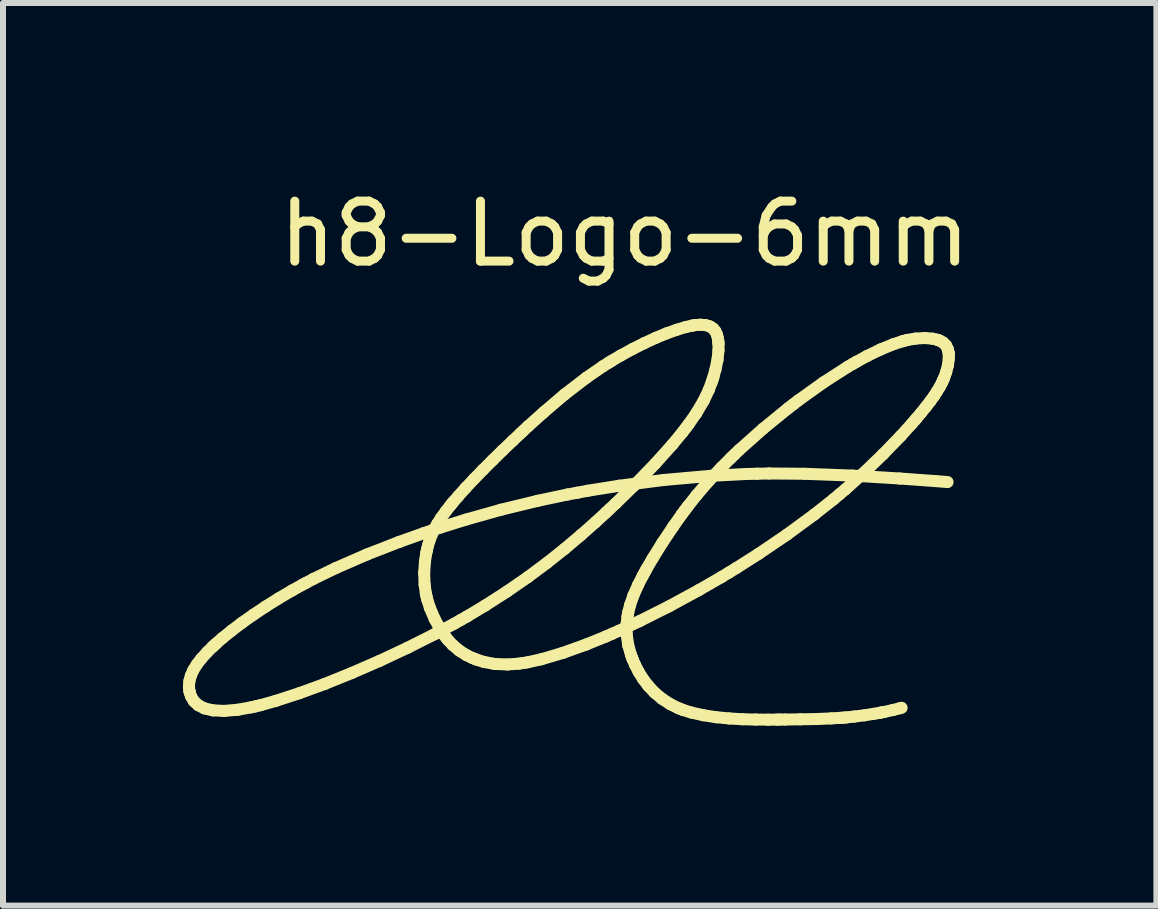
<source format=kicad_pcb>
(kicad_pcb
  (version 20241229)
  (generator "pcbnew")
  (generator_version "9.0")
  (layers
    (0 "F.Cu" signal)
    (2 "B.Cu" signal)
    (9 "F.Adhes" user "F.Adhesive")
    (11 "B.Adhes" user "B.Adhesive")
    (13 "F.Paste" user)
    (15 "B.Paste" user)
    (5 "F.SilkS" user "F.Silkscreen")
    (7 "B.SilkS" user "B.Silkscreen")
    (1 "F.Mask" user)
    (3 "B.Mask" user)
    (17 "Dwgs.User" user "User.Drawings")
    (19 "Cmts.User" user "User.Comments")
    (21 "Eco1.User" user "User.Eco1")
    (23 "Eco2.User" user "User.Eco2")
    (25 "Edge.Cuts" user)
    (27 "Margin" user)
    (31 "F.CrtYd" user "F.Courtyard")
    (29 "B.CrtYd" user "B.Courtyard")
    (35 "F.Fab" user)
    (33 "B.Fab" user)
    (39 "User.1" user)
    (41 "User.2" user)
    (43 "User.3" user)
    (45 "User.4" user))
  (footprint "h8-Logo-6mm"
    (layer "F.Cu")
    (at 7.364 5.848)
    (property "Reference" "h8-Logo-6mm" (at 0 -5 0) (layer "F.SilkS") (effects (font (size 1 1) (thickness 0.15))))
    (attr through_hole)
    (fp_line (start -7.264 2.543) (end -7.259 2.607) (stroke (width 0.2) (type solid)) (layer "F.SilkS"))
    (fp_line (start -7.259 2.607) (end -7.254 2.628) (stroke (width 0.2) (type solid)) (layer "F.SilkS"))
    (fp_line (start -7.257 2.456) (end -7.264 2.543) (stroke (width 0.2) (type solid)) (layer "F.SilkS"))
    (fp_line (start -7.254 2.628) (end -7.25 2.649) (stroke (width 0.2) (type solid)) (layer "F.SilkS"))
    (fp_line (start -7.25 2.649) (end -7.229 2.711) (stroke (width 0.2) (type solid)) (layer "F.SilkS"))
    (fp_line (start -7.233 2.368) (end -7.257 2.456) (stroke (width 0.2) (type solid)) (layer "F.SilkS"))
    (fp_line (start -7.229 2.711) (end -7.182 2.79) (stroke (width 0.2) (type solid)) (layer "F.SilkS"))
    (fp_line (start -7.193 2.276) (end -7.233 2.368) (stroke (width 0.2) (type solid)) (layer "F.SilkS"))
    (fp_line (start -7.182 2.79) (end -7.109 2.858) (stroke (width 0.2) (type solid)) (layer "F.SilkS"))
    (fp_line (start -7.134 2.18) (end -7.193 2.276) (stroke (width 0.2) (type solid)) (layer "F.SilkS"))
    (fp_line (start -7.109 2.858) (end -7.005 2.911) (stroke (width 0.2) (type solid)) (layer "F.SilkS"))
    (fp_line (start -7.056 2.079) (end -7.134 2.18) (stroke (width 0.2) (type solid)) (layer "F.SilkS"))
    (fp_line (start -7.005 2.911) (end -6.863 2.944) (stroke (width 0.2) (type solid)) (layer "F.SilkS"))
    (fp_line (start -6.96 1.973) (end -7.056 2.079) (stroke (width 0.2) (type solid)) (layer "F.SilkS"))
    (fp_line (start -6.873 1.887) (end -6.96 1.973) (stroke (width 0.2) (type solid)) (layer "F.SilkS"))
    (fp_line (start -6.863 2.944) (end -6.678 2.953) (stroke (width 0.2) (type solid)) (layer "F.SilkS"))
    (fp_line (start -6.843 1.86) (end -6.873 1.887) (stroke (width 0.2) (type solid)) (layer "F.SilkS"))
    (fp_line (start -6.81 1.829) (end -6.843 1.86) (stroke (width 0.2) (type solid)) (layer "F.SilkS"))
    (fp_line (start -6.707 1.739) (end -6.81 1.829) (stroke (width 0.2) (type solid)) (layer "F.SilkS"))
    (fp_line (start -6.678 2.953) (end -6.446 2.933) (stroke (width 0.2) (type solid)) (layer "F.SilkS"))
    (fp_line (start -6.551 1.613) (end -6.707 1.739) (stroke (width 0.2) (type solid)) (layer "F.SilkS"))
    (fp_line (start -6.446 2.933) (end -6.23 2.894) (stroke (width 0.2) (type solid)) (layer "F.SilkS"))
    (fp_line (start -6.378 1.482) (end -6.551 1.613) (stroke (width 0.2) (type solid)) (layer "F.SilkS"))
    (fp_line (start -6.23 2.894) (end -6.159 2.878) (stroke (width 0.2) (type solid)) (layer "F.SilkS"))
    (fp_line (start -6.19 1.349) (end -6.378 1.482) (stroke (width 0.2) (type solid)) (layer "F.SilkS"))
    (fp_line (start -6.159 2.878) (end -6.073 2.858) (stroke (width 0.2) (type solid)) (layer "F.SilkS"))
    (fp_line (start -6.073 2.858) (end -5.817 2.786) (stroke (width 0.2) (type solid)) (layer "F.SilkS"))
    (fp_line (start -5.987 1.214) (end -6.19 1.349) (stroke (width 0.2) (type solid)) (layer "F.SilkS"))
    (fp_line (start -5.817 2.786) (end -5.427 2.659) (stroke (width 0.2) (type solid)) (layer "F.SilkS"))
    (fp_line (start -5.772 1.079) (end -5.987 1.214) (stroke (width 0.2) (type solid)) (layer "F.SilkS"))
    (fp_line (start -5.546 0.946) (end -5.772 1.079) (stroke (width 0.2) (type solid)) (layer "F.SilkS"))
    (fp_line (start -5.427 2.659) (end -5 2.503) (stroke (width 0.2) (type solid)) (layer "F.SilkS"))
    (fp_line (start -5.37 0.848) (end -5.546 0.946) (stroke (width 0.2) (type solid)) (layer "F.SilkS"))
    (fp_line (start -5.311 0.817) (end -5.37 0.848) (stroke (width 0.2) (type solid)) (layer "F.SilkS"))
    (fp_line (start -5.189 0.752) (end -5.311 0.817) (stroke (width 0.2) (type solid)) (layer "F.SilkS"))
    (fp_line (start -5 2.503) (end -4.55 2.321) (stroke (width 0.2) (type solid)) (layer "F.SilkS"))
    (fp_line (start -4.817 0.572) (end -5.189 0.752) (stroke (width 0.2) (type solid)) (layer "F.SilkS"))
    (fp_line (start -4.55 2.321) (end -4.086 2.119) (stroke (width 0.2) (type solid)) (layer "F.SilkS"))
    (fp_line (start -4.299 0.346) (end -4.817 0.572) (stroke (width 0.2) (type solid)) (layer "F.SilkS"))
    (fp_line (start -4.086 2.119) (end -3.621 1.901) (stroke (width 0.2) (type solid)) (layer "F.SilkS"))
    (fp_line (start -3.76 0.136) (end -4.299 0.346) (stroke (width 0.2) (type solid)) (layer "F.SilkS"))
    (fp_line (start -3.621 1.901) (end -3.166 1.672) (stroke (width 0.2) (type solid)) (layer "F.SilkS"))
    (fp_line (start -3.347 -0.011) (end -3.76 0.136) (stroke (width 0.2) (type solid)) (layer "F.SilkS"))
    (fp_line (start -3.343 0.652) (end -3.336 0.847) (stroke (width 0.2) (type solid)) (layer "F.SilkS"))
    (fp_line (start -3.336 0.847) (end -3.315 0.994) (stroke (width 0.2) (type solid)) (layer "F.SilkS"))
    (fp_line (start -3.33 0.462) (end -3.343 0.652) (stroke (width 0.2) (type solid)) (layer "F.SilkS"))
    (fp_line (start -3.315 0.994) (end -3.304 1.043) (stroke (width 0.2) (type solid)) (layer "F.SilkS"))
    (fp_line (start -3.309 0.325) (end -3.33 0.462) (stroke (width 0.2) (type solid)) (layer "F.SilkS"))
    (fp_line (start -3.304 1.043) (end -3.293 1.092) (stroke (width 0.2) (type solid)) (layer "F.SilkS"))
    (fp_line (start -3.299 0.28) (end -3.309 0.325) (stroke (width 0.2) (type solid)) (layer "F.SilkS"))
    (fp_line (start -3.294 0.258) (end -3.299 0.28) (stroke (width 0.2) (type solid)) (layer "F.SilkS"))
    (fp_line (start -3.293 1.092) (end -3.247 1.236) (stroke (width 0.2) (type solid)) (layer "F.SilkS"))
    (fp_line (start -3.278 0.192) (end -3.294 0.258) (stroke (width 0.2) (type solid)) (layer "F.SilkS"))
    (fp_line (start -3.252 0.106) (end -3.278 0.192) (stroke (width 0.2) (type solid)) (layer "F.SilkS"))
    (fp_line (start -3.247 1.236) (end -3.168 1.421) (stroke (width 0.2) (type solid)) (layer "F.SilkS"))
    (fp_line (start -3.218 0.018) (end -3.252 0.106) (stroke (width 0.2) (type solid)) (layer "F.SilkS"))
    (fp_line (start -3.208 -0.058) (end -3.347 -0.011) (stroke (width 0.2) (type solid)) (layer "F.SilkS"))
    (fp_line (start -3.177 -0.072) (end -3.218 0.018) (stroke (width 0.2) (type solid)) (layer "F.SilkS"))
    (fp_line (start -3.168 1.421) (end -3.075 1.589) (stroke (width 0.2) (type solid)) (layer "F.SilkS"))
    (fp_line (start -3.166 1.672) (end -2.839 1.497) (stroke (width 0.2) (type solid)) (layer "F.SilkS"))
    (fp_line (start -3.124 -0.166) (end -3.177 -0.072) (stroke (width 0.2) (type solid)) (layer "F.SilkS"))
    (fp_line (start -3.075 1.589) (end -3.001 1.7) (stroke (width 0.2) (type solid)) (layer "F.SilkS"))
    (fp_line (start -3.068 -0.105) (end -3.208 -0.058) (stroke (width 0.2) (type solid)) (layer "F.SilkS"))
    (fp_line (start -3.06 -0.267) (end -3.124 -0.166) (stroke (width 0.2) (type solid)) (layer "F.SilkS"))
    (fp_line (start -3.001 1.7) (end -2.974 1.735) (stroke (width 0.2) (type solid)) (layer "F.SilkS"))
    (fp_line (start -2.981 -0.376) (end -3.06 -0.267) (stroke (width 0.2) (type solid)) (layer "F.SilkS"))
    (fp_line (start -2.974 1.735) (end -2.949 1.767) (stroke (width 0.2) (type solid)) (layer "F.SilkS"))
    (fp_line (start -2.949 1.767) (end -2.868 1.854) (stroke (width 0.2) (type solid)) (layer "F.SilkS"))
    (fp_line (start -2.911 -0.466) (end -2.981 -0.376) (stroke (width 0.2) (type solid)) (layer "F.SilkS"))
    (fp_line (start -2.887 -0.495) (end -2.911 -0.466) (stroke (width 0.2) (type solid)) (layer "F.SilkS"))
    (fp_line (start -2.868 1.854) (end -2.757 1.948) (stroke (width 0.2) (type solid)) (layer "F.SilkS"))
    (fp_line (start -2.86 -0.528) (end -2.887 -0.495) (stroke (width 0.2) (type solid)) (layer "F.SilkS"))
    (fp_line (start -2.839 1.497) (end -2.732 1.436) (stroke (width 0.2) (type solid)) (layer "F.SilkS"))
    (fp_line (start -2.776 -0.625) (end -2.86 -0.528) (stroke (width 0.2) (type solid)) (layer "F.SilkS"))
    (fp_line (start -2.757 1.948) (end -2.636 2.024) (stroke (width 0.2) (type solid)) (layer "F.SilkS"))
    (fp_line (start -2.732 1.436) (end -2.63 1.379) (stroke (width 0.2) (type solid)) (layer "F.SilkS"))
    (fp_line (start -2.65 -0.766) (end -2.776 -0.625) (stroke (width 0.2) (type solid)) (layer "F.SilkS"))
    (fp_line (start -2.644 -0.237) (end -3.068 -0.105) (stroke (width 0.2) (type solid)) (layer "F.SilkS"))
    (fp_line (start -2.636 2.024) (end -2.536 2.072) (stroke (width 0.2) (type solid)) (layer "F.SilkS"))
    (fp_line (start -2.63 1.379) (end -2.329 1.198) (stroke (width 0.2) (type solid)) (layer "F.SilkS"))
    (fp_line (start -2.536 2.072) (end -2.501 2.085) (stroke (width 0.2) (type solid)) (layer "F.SilkS"))
    (fp_line (start -2.511 -0.914) (end -2.65 -0.766) (stroke (width 0.2) (type solid)) (layer "F.SilkS"))
    (fp_line (start -2.501 2.085) (end -2.464 2.1) (stroke (width 0.2) (type solid)) (layer "F.SilkS"))
    (fp_line (start -2.464 2.1) (end -2.348 2.136) (stroke (width 0.2) (type solid)) (layer "F.SilkS"))
    (fp_line (start -2.361 -1.068) (end -2.511 -0.914) (stroke (width 0.2) (type solid)) (layer "F.SilkS"))
    (fp_line (start -2.348 2.136) (end -2.168 2.17) (stroke (width 0.2) (type solid)) (layer "F.SilkS"))
    (fp_line (start -2.329 1.198) (end -1.957 0.959) (stroke (width 0.2) (type solid)) (layer "F.SilkS"))
    (fp_line (start -2.202 -1.227) (end -2.361 -1.068) (stroke (width 0.2) (type solid)) (layer "F.SilkS"))
    (fp_line (start -2.168 2.17) (end -1.954 2.179) (stroke (width 0.2) (type solid)) (layer "F.SilkS"))
    (fp_line (start -2.061 -0.401) (end -2.644 -0.237) (stroke (width 0.2) (type solid)) (layer "F.SilkS"))
    (fp_line (start -2.037 -1.389) (end -2.202 -1.227) (stroke (width 0.2) (type solid)) (layer "F.SilkS"))
    (fp_line (start -1.957 0.959) (end -1.613 0.721) (stroke (width 0.2) (type solid)) (layer "F.SilkS"))
    (fp_line (start -1.954 2.179) (end -1.761 2.165) (stroke (width 0.2) (type solid)) (layer "F.SilkS"))
    (fp_line (start -1.867 -1.551) (end -2.037 -1.389) (stroke (width 0.2) (type solid)) (layer "F.SilkS"))
    (fp_line (start -1.761 2.165) (end -1.697 2.155) (stroke (width 0.2) (type solid)) (layer "F.SilkS"))
    (fp_line (start -1.739 -1.672) (end -1.867 -1.551) (stroke (width 0.2) (type solid)) (layer "F.SilkS"))
    (fp_line (start -1.697 2.155) (end -1.62 2.143) (stroke (width 0.2) (type solid)) (layer "F.SilkS"))
    (fp_line (start -1.696 -1.712) (end -1.739 -1.672) (stroke (width 0.2) (type solid)) (layer "F.SilkS"))
    (fp_line (start -1.62 2.143) (end -1.391 2.092) (stroke (width 0.2) (type solid)) (layer "F.SilkS"))
    (fp_line (start -1.613 0.721) (end -1.296 0.485) (stroke (width 0.2) (type solid)) (layer "F.SilkS"))
    (fp_line (start -1.611 -1.792) (end -1.696 -1.712) (stroke (width 0.2) (type solid)) (layer "F.SilkS"))
    (fp_line (start -1.448 -0.55) (end -2.061 -0.401) (stroke (width 0.2) (type solid)) (layer "F.SilkS"))
    (fp_line (start -1.391 2.092) (end -1.038 1.988) (stroke (width 0.2) (type solid)) (layer "F.SilkS"))
    (fp_line (start -1.351 -2.025) (end -1.611 -1.792) (stroke (width 0.2) (type solid)) (layer "F.SilkS"))
    (fp_line (start -1.296 0.485) (end -1.004 0.253) (stroke (width 0.2) (type solid)) (layer "F.SilkS"))
    (fp_line (start -1.038 1.988) (end -0.642 1.846) (stroke (width 0.2) (type solid)) (layer "F.SilkS"))
    (fp_line (start -1.004 0.253) (end -0.735 0.026) (stroke (width 0.2) (type solid)) (layer "F.SilkS"))
    (fp_line (start -1.002 -2.323) (end -1.351 -2.025) (stroke (width 0.2) (type solid)) (layer "F.SilkS"))
    (fp_line (start -0.957 -0.654) (end -1.448 -0.55) (stroke (width 0.2) (type solid)) (layer "F.SilkS"))
    (fp_line (start -0.793 -0.684) (end -0.957 -0.654) (stroke (width 0.2) (type solid)) (layer "F.SilkS"))
    (fp_line (start -0.735 0.026) (end -0.485 -0.195) (stroke (width 0.2) (type solid)) (layer "F.SilkS"))
    (fp_line (start -0.642 1.846) (end -0.317 1.714) (stroke (width 0.2) (type solid)) (layer "F.SilkS"))
    (fp_line (start -0.641 -2.6) (end -1.002 -2.323) (stroke (width 0.2) (type solid)) (layer "F.SilkS"))
    (fp_line (start -0.618 -0.717) (end -0.793 -0.684) (stroke (width 0.2) (type solid)) (layer "F.SilkS"))
    (fp_line (start -0.485 -0.195) (end -0.312 -0.354) (stroke (width 0.2) (type solid)) (layer "F.SilkS"))
    (fp_line (start -0.36 -2.794) (end -0.641 -2.6) (stroke (width 0.2) (type solid)) (layer "F.SilkS"))
    (fp_line (start -0.317 1.714) (end -0.21 1.667) (stroke (width 0.2) (type solid)) (layer "F.SilkS"))
    (fp_line (start -0.312 -0.354) (end -0.255 -0.408) (stroke (width 0.2) (type solid)) (layer "F.SilkS"))
    (fp_line (start -0.264 -2.854) (end -0.36 -2.794) (stroke (width 0.2) (type solid)) (layer "F.SilkS"))
    (fp_line (start -0.255 -0.408) (end -0.15 -0.506) (stroke (width 0.2) (type solid)) (layer "F.SilkS"))
    (fp_line (start -0.215 -2.884) (end -0.264 -2.854) (stroke (width 0.2) (type solid)) (layer "F.SilkS"))
    (fp_line (start -0.21 1.667) (end -0.093 1.616) (stroke (width 0.2) (type solid)) (layer "F.SilkS"))
    (fp_line (start -0.15 -0.506) (end 0.158 -0.806) (stroke (width 0.2) (type solid)) (layer "F.SilkS"))
    (fp_line (start -0.093 1.616) (end 0.254 1.453) (stroke (width 0.2) (type solid)) (layer "F.SilkS"))
    (fp_line (start -0.09 -0.801) (end -0.618 -0.717) (stroke (width 0.2) (type solid)) (layer "F.SilkS"))
    (fp_line (start -0.068 -2.971) (end -0.215 -2.884) (stroke (width 0.2) (type solid)) (layer "F.SilkS"))
    (fp_line (start 0.032 1.673) (end 0.059 1.859) (stroke (width 0.2) (type solid)) (layer "F.SilkS"))
    (fp_line (start 0.032 1.504) (end 0.032 1.673) (stroke (width 0.2) (type solid)) (layer "F.SilkS"))
    (fp_line (start 0.046 1.384) (end 0.032 1.504) (stroke (width 0.2) (type solid)) (layer "F.SilkS"))
    (fp_line (start 0.053 1.345) (end 0.046 1.384) (stroke (width 0.2) (type solid)) (layer "F.SilkS"))
    (fp_line (start 0.059 1.859) (end 0.104 2.017) (stroke (width 0.2) (type solid)) (layer "F.SilkS"))
    (fp_line (start 0.06 1.306) (end 0.053 1.345) (stroke (width 0.2) (type solid)) (layer "F.SilkS"))
    (fp_line (start 0.089 1.191) (end 0.06 1.306) (stroke (width 0.2) (type solid)) (layer "F.SilkS"))
    (fp_line (start 0.104 2.017) (end 0.123 2.068) (stroke (width 0.2) (type solid)) (layer "F.SilkS"))
    (fp_line (start 0.123 2.068) (end 0.134 2.097) (stroke (width 0.2) (type solid)) (layer "F.SilkS"))
    (fp_line (start 0.13 -3.079) (end -0.068 -2.971) (stroke (width 0.2) (type solid)) (layer "F.SilkS"))
    (fp_line (start 0.134 2.097) (end 0.171 2.182) (stroke (width 0.2) (type solid)) (layer "F.SilkS"))
    (fp_line (start 0.144 1.031) (end 0.089 1.191) (stroke (width 0.2) (type solid)) (layer "F.SilkS"))
    (fp_line (start 0.158 -0.806) (end 0.507 -1.167) (stroke (width 0.2) (type solid)) (layer "F.SilkS"))
    (fp_line (start 0.171 2.182) (end 0.231 2.3) (stroke (width 0.2) (type solid)) (layer "F.SilkS"))
    (fp_line (start 0.222 0.855) (end 0.144 1.031) (stroke (width 0.2) (type solid)) (layer "F.SilkS"))
    (fp_line (start 0.231 2.3) (end 0.304 2.418) (stroke (width 0.2) (type solid)) (layer "F.SilkS"))
    (fp_line (start 0.254 1.453) (end 0.74 1.209) (stroke (width 0.2) (type solid)) (layer "F.SilkS"))
    (fp_line (start 0.3 0.701) (end 0.222 0.855) (stroke (width 0.2) (type solid)) (layer "F.SilkS"))
    (fp_line (start 0.304 2.418) (end 0.393 2.535) (stroke (width 0.2) (type solid)) (layer "F.SilkS"))
    (fp_line (start 0.327 -3.178) (end 0.13 -3.079) (stroke (width 0.2) (type solid)) (layer "F.SilkS"))
    (fp_line (start 0.328 0.651) (end 0.3 0.701) (stroke (width 0.2) (type solid)) (layer "F.SilkS"))
    (fp_line (start 0.361 0.59) (end 0.328 0.651) (stroke (width 0.2) (type solid)) (layer "F.SilkS"))
    (fp_line (start 0.393 2.535) (end 0.498 2.647) (stroke (width 0.2) (type solid)) (layer "F.SilkS"))
    (fp_line (start 0.465 0.412) (end 0.361 0.59) (stroke (width 0.2) (type solid)) (layer "F.SilkS"))
    (fp_line (start 0.498 2.647) (end 0.621 2.75) (stroke (width 0.2) (type solid)) (layer "F.SilkS"))
    (fp_line (start 0.507 -1.167) (end 0.795 -1.488) (stroke (width 0.2) (type solid)) (layer "F.SilkS"))
    (fp_line (start 0.517 -3.266) (end 0.327 -3.178) (stroke (width 0.2) (type solid)) (layer "F.SilkS"))
    (fp_line (start 0.621 2.75) (end 0.763 2.842) (stroke (width 0.2) (type solid)) (layer "F.SilkS"))
    (fp_line (start 0.628 0.149) (end 0.465 0.412) (stroke (width 0.2) (type solid)) (layer "F.SilkS"))
    (fp_line (start 0.653 -0.897) (end -0.09 -0.801) (stroke (width 0.2) (type solid)) (layer "F.SilkS"))
    (fp_line (start 0.699 -3.341) (end 0.517 -3.266) (stroke (width 0.2) (type solid)) (layer "F.SilkS"))
    (fp_line (start 0.74 1.209) (end 1.238 0.938) (stroke (width 0.2) (type solid)) (layer "F.SilkS"))
    (fp_line (start 0.763 2.842) (end 0.884 2.902) (stroke (width 0.2) (type solid)) (layer "F.SilkS"))
    (fp_line (start 0.795 -1.488) (end 0.967 -1.697) (stroke (width 0.2) (type solid)) (layer "F.SilkS"))
    (fp_line (start 0.81 -0.123) (end 0.628 0.149) (stroke (width 0.2) (type solid)) (layer "F.SilkS"))
    (fp_line (start 0.868 -3.401) (end 0.699 -3.341) (stroke (width 0.2) (type solid)) (layer "F.SilkS"))
    (fp_line (start 0.884 2.902) (end 0.926 2.919) (stroke (width 0.2) (type solid)) (layer "F.SilkS"))
    (fp_line (start 0.926 2.919) (end 0.971 2.937) (stroke (width 0.2) (type solid)) (layer "F.SilkS"))
    (fp_line (start 0.952 -0.324) (end 0.81 -0.123) (stroke (width 0.2) (type solid)) (layer "F.SilkS"))
    (fp_line (start 0.967 -1.697) (end 1.022 -1.768) (stroke (width 0.2) (type solid)) (layer "F.SilkS"))
    (fp_line (start 0.971 2.937) (end 1.11 2.98) (stroke (width 0.2) (type solid)) (layer "F.SilkS"))
    (fp_line (start 1.001 -0.39) (end 0.952 -0.324) (stroke (width 0.2) (type solid)) (layer "F.SilkS"))
    (fp_line (start 1.02 -3.447) (end 0.868 -3.401) (stroke (width 0.2) (type solid)) (layer "F.SilkS"))
    (fp_line (start 1.022 -1.768) (end 1.066 -1.827) (stroke (width 0.2) (type solid)) (layer "F.SilkS"))
    (fp_line (start 1.049 -0.454) (end 1.001 -0.39) (stroke (width 0.2) (type solid)) (layer "F.SilkS"))
    (fp_line (start 1.066 -1.827) (end 1.192 -2.008) (stroke (width 0.2) (type solid)) (layer "F.SilkS"))
    (fp_line (start 1.11 2.98) (end 1.311 3.025) (stroke (width 0.2) (type solid)) (layer "F.SilkS"))
    (fp_line (start 1.119 -3.469) (end 1.02 -3.447) (stroke (width 0.2) (type solid)) (layer "F.SilkS"))
    (fp_line (start 1.153 -3.475) (end 1.119 -3.469) (stroke (width 0.2) (type solid)) (layer "F.SilkS"))
    (fp_line (start 1.18 -3.479) (end 1.153 -3.475) (stroke (width 0.2) (type solid)) (layer "F.SilkS"))
    (fp_line (start 1.192 -2.008) (end 1.315 -2.216) (stroke (width 0.2) (type solid)) (layer "F.SilkS"))
    (fp_line (start 1.197 -0.641) (end 1.049 -0.454) (stroke (width 0.2) (type solid)) (layer "F.SilkS"))
    (fp_line (start 1.238 0.938) (end 1.614 0.721) (stroke (width 0.2) (type solid)) (layer "F.SilkS"))
    (fp_line (start 1.262 -3.485) (end 1.18 -3.479) (stroke (width 0.2) (type solid)) (layer "F.SilkS"))
    (fp_line (start 1.311 3.025) (end 1.524 3.058) (stroke (width 0.2) (type solid)) (layer "F.SilkS"))
    (fp_line (start 1.315 -2.216) (end 1.403 -2.401) (stroke (width 0.2) (type solid)) (layer "F.SilkS"))
    (fp_line (start 1.35 -3.478) (end 1.262 -3.485) (stroke (width 0.2) (type solid)) (layer "F.SilkS"))
    (fp_line (start 1.399 -0.877) (end 1.197 -0.641) (stroke (width 0.2) (type solid)) (layer "F.SilkS"))
    (fp_line (start 1.403 -2.401) (end 1.451 -2.529) (stroke (width 0.2) (type solid)) (layer "F.SilkS"))
    (fp_line (start 1.419 -3.457) (end 1.35 -3.478) (stroke (width 0.2) (type solid)) (layer "F.SilkS"))
    (fp_line (start 1.424 -0.965) (end 0.653 -0.897) (stroke (width 0.2) (type solid)) (layer "F.SilkS"))
    (fp_line (start 1.451 -2.529) (end 1.466 -2.572) (stroke (width 0.2) (type solid)) (layer "F.SilkS"))
    (fp_line (start 1.466 -2.572) (end 1.479 -2.614) (stroke (width 0.2) (type solid)) (layer "F.SilkS"))
    (fp_line (start 1.472 -3.423) (end 1.419 -3.457) (stroke (width 0.2) (type solid)) (layer "F.SilkS"))
    (fp_line (start 1.479 -2.614) (end 1.513 -2.739) (stroke (width 0.2) (type solid)) (layer "F.SilkS"))
    (fp_line (start 1.51 -3.378) (end 1.472 -3.423) (stroke (width 0.2) (type solid)) (layer "F.SilkS"))
    (fp_line (start 1.513 -2.739) (end 1.547 -2.901) (stroke (width 0.2) (type solid)) (layer "F.SilkS"))
    (fp_line (start 1.524 3.058) (end 1.744 3.079) (stroke (width 0.2) (type solid)) (layer "F.SilkS"))
    (fp_line (start 1.536 -3.324) (end 1.51 -3.378) (stroke (width 0.2) (type solid)) (layer "F.SilkS"))
    (fp_line (start 1.547 -2.901) (end 1.563 -3.054) (stroke (width 0.2) (type solid)) (layer "F.SilkS"))
    (fp_line (start 1.552 -3.263) (end 1.536 -3.324) (stroke (width 0.2) (type solid)) (layer "F.SilkS"))
    (fp_line (start 1.56 -3.213) (end 1.552 -3.263) (stroke (width 0.2) (type solid)) (layer "F.SilkS"))
    (fp_line (start 1.561 -3.196) (end 1.56 -3.213) (stroke (width 0.2) (type solid)) (layer "F.SilkS"))
    (fp_line (start 1.563 -3.054) (end 1.564 -3.161) (stroke (width 0.2) (type solid)) (layer "F.SilkS"))
    (fp_line (start 1.564 -3.161) (end 1.561 -3.196) (stroke (width 0.2) (type solid)) (layer "F.SilkS"))
    (fp_line (start 1.608 -1.102) (end 1.399 -0.877) (stroke (width 0.2) (type solid)) (layer "F.SilkS"))
    (fp_line (start 1.614 0.721) (end 1.738 0.646) (stroke (width 0.2) (type solid)) (layer "F.SilkS"))
    (fp_line (start 1.738 0.646) (end 1.862 0.57) (stroke (width 0.2) (type solid)) (layer "F.SilkS"))
    (fp_line (start 1.744 3.079) (end 1.965 3.092) (stroke (width 0.2) (type solid)) (layer "F.SilkS"))
    (fp_line (start 1.773 -1.267) (end 1.608 -1.102) (stroke (width 0.2) (type solid)) (layer "F.SilkS"))
    (fp_line (start 1.829 -1.321) (end 1.773 -1.267) (stroke (width 0.2) (type solid)) (layer "F.SilkS"))
    (fp_line (start 1.862 0.57) (end 2.23 0.336) (stroke (width 0.2) (type solid)) (layer "F.SilkS"))
    (fp_line (start 1.905 -1.394) (end 1.829 -1.321) (stroke (width 0.2) (type solid)) (layer "F.SilkS"))
    (fp_line (start 1.965 3.092) (end 2.183 3.097) (stroke (width 0.2) (type solid)) (layer "F.SilkS"))
    (fp_line (start 2.013 -0.996) (end 1.424 -0.965) (stroke (width 0.2) (type solid)) (layer "F.SilkS"))
    (fp_line (start 2.183 3.097) (end 2.393 3.099) (stroke (width 0.2) (type solid)) (layer "F.SilkS"))
    (fp_line (start 2.209 -1.001) (end 2.013 -0.996) (stroke (width 0.2) (type solid)) (layer "F.SilkS"))
    (fp_line (start 2.23 0.336) (end 2.706 0.013) (stroke (width 0.2) (type solid)) (layer "F.SilkS"))
    (fp_line (start 2.306 -1.751) (end 1.905 -1.394) (stroke (width 0.2) (type solid)) (layer "F.SilkS"))
    (fp_line (start 2.393 3.099) (end 2.539 3.098) (stroke (width 0.2) (type solid)) (layer "F.SilkS"))
    (fp_line (start 2.407 -1.005) (end 2.209 -1.001) (stroke (width 0.2) (type solid)) (layer "F.SilkS"))
    (fp_line (start 2.539 3.098) (end 2.588 3.097) (stroke (width 0.2) (type solid)) (layer "F.SilkS"))
    (fp_line (start 2.588 3.097) (end 2.673 3.097) (stroke (width 0.2) (type solid)) (layer "F.SilkS"))
    (fp_line (start 2.673 3.097) (end 2.928 3.093) (stroke (width 0.2) (type solid)) (layer "F.SilkS"))
    (fp_line (start 2.706 0.013) (end 3.159 -0.32) (stroke (width 0.2) (type solid)) (layer "F.SilkS"))
    (fp_line (start 2.724 -2.092) (end 2.306 -1.751) (stroke (width 0.2) (type solid)) (layer "F.SilkS"))
    (fp_line (start 2.809 -2.157) (end 2.724 -2.092) (stroke (width 0.2) (type solid)) (layer "F.SilkS"))
    (fp_line (start 2.893 -2.222) (end 2.809 -2.157) (stroke (width 0.2) (type solid)) (layer "F.SilkS"))
    (fp_line (start 2.928 3.093) (end 3.207 3.088) (stroke (width 0.2) (type solid)) (layer "F.SilkS"))
    (fp_line (start 3 -1) (end 2.407 -1.005) (stroke (width 0.2) (type solid)) (layer "F.SilkS"))
    (fp_line (start 3.159 -0.32) (end 3.478 -0.572) (stroke (width 0.2) (type solid)) (layer "F.SilkS"))
    (fp_line (start 3.207 3.088) (end 3.441 3.078) (stroke (width 0.2) (type solid)) (layer "F.SilkS"))
    (fp_line (start 3.312 -2.522) (end 2.893 -2.222) (stroke (width 0.2) (type solid)) (layer "F.SilkS"))
    (fp_line (start 3.441 3.078) (end 3.593 3.069) (stroke (width 0.2) (type solid)) (layer "F.SilkS"))
    (fp_line (start 3.478 -0.572) (end 3.582 -0.66) (stroke (width 0.2) (type solid)) (layer "F.SilkS"))
    (fp_line (start 3.582 -0.66) (end 3.68 -0.742) (stroke (width 0.2) (type solid)) (layer "F.SilkS"))
    (fp_line (start 3.593 3.069) (end 3.644 3.065) (stroke (width 0.2) (type solid)) (layer "F.SilkS"))
    (fp_line (start 3.644 3.065) (end 3.69 3.062) (stroke (width 0.2) (type solid)) (layer "F.SilkS"))
    (fp_line (start 3.68 -0.742) (end 3.967 -0.999) (stroke (width 0.2) (type solid)) (layer "F.SilkS"))
    (fp_line (start 3.69 3.062) (end 3.828 3.047) (stroke (width 0.2) (type solid)) (layer "F.SilkS"))
    (fp_line (start 3.722 -2.786) (end 3.312 -2.522) (stroke (width 0.2) (type solid)) (layer "F.SilkS"))
    (fp_line (start 3.793 -0.97) (end 3 -1) (stroke (width 0.2) (type solid)) (layer "F.SilkS"))
    (fp_line (start 3.802 -2.832) (end 3.722 -2.786) (stroke (width 0.2) (type solid)) (layer "F.SilkS"))
    (fp_line (start 3.828 3.047) (end 3.998 3.026) (stroke (width 0.2) (type solid)) (layer "F.SilkS"))
    (fp_line (start 3.861 -2.866) (end 3.802 -2.832) (stroke (width 0.2) (type solid)) (layer "F.SilkS"))
    (fp_line (start 3.967 -0.999) (end 4.308 -1.327) (stroke (width 0.2) (type solid)) (layer "F.SilkS"))
    (fp_line (start 3.998 3.026) (end 4.149 3.002) (stroke (width 0.2) (type solid)) (layer "F.SilkS"))
    (fp_line (start 4.039 -2.963) (end 3.861 -2.866) (stroke (width 0.2) (type solid)) (layer "F.SilkS"))
    (fp_line (start 4.149 3.002) (end 4.246 2.986) (stroke (width 0.2) (type solid)) (layer "F.SilkS"))
    (fp_line (start 4.246 2.986) (end 4.278 2.979) (stroke (width 0.2) (type solid)) (layer "F.SilkS"))
    (fp_line (start 4.266 -3.073) (end 4.039 -2.963) (stroke (width 0.2) (type solid)) (layer "F.SilkS"))
    (fp_line (start 4.278 2.979) (end 4.317 2.972) (stroke (width 0.2) (type solid)) (layer "F.SilkS"))
    (fp_line (start 4.308 -1.327) (end 4.601 -1.63) (stroke (width 0.2) (type solid)) (layer "F.SilkS"))
    (fp_line (start 4.317 2.972) (end 4.471 2.938) (stroke (width 0.2) (type solid)) (layer "F.SilkS"))
    (fp_line (start 4.471 2.938) (end 4.593 2.907) (stroke (width 0.2) (type solid)) (layer "F.SilkS"))
    (fp_line (start 4.479 -3.16) (end 4.266 -3.073) (stroke (width 0.2) (type solid)) (layer "F.SilkS"))
    (fp_line (start 4.587 -0.921) (end 3.793 -0.97) (stroke (width 0.2) (type solid)) (layer "F.SilkS"))
    (fp_line (start 4.593 2.907) (end 4.616 2.901) (stroke (width 0.2) (type solid)) (layer "F.SilkS"))
    (fp_line (start 4.601 -1.63) (end 4.782 -1.83) (stroke (width 0.2) (type solid)) (layer "F.SilkS"))
    (fp_line (start 4.625 -3.208) (end 4.479 -3.16) (stroke (width 0.2) (type solid)) (layer "F.SilkS"))
    (fp_line (start 4.675 -3.221) (end 4.625 -3.208) (stroke (width 0.2) (type solid)) (layer "F.SilkS"))
    (fp_line (start 4.718 -3.232) (end 4.675 -3.221) (stroke (width 0.2) (type solid)) (layer "F.SilkS"))
    (fp_line (start 4.782 -1.83) (end 4.841 -1.898) (stroke (width 0.2) (type solid)) (layer "F.SilkS"))
    (fp_line (start 4.841 -1.898) (end 4.866 -1.927) (stroke (width 0.2) (type solid)) (layer "F.SilkS"))
    (fp_line (start 4.851 -3.254) (end 4.718 -3.232) (stroke (width 0.2) (type solid)) (layer "F.SilkS"))
    (fp_line (start 4.866 -1.927) (end 4.94 -2.015) (stroke (width 0.2) (type solid)) (layer "F.SilkS"))
    (fp_line (start 4.94 -2.015) (end 5.024 -2.119) (stroke (width 0.2) (type solid)) (layer "F.SilkS"))
    (fp_line (start 5.003 -3.263) (end 4.851 -3.254) (stroke (width 0.2) (type solid)) (layer "F.SilkS"))
    (fp_line (start 5.024 -2.119) (end 5.096 -2.213) (stroke (width 0.2) (type solid)) (layer "F.SilkS"))
    (fp_line (start 5.096 -2.213) (end 5.157 -2.297) (stroke (width 0.2) (type solid)) (layer "F.SilkS"))
    (fp_line (start 5.132 -3.252) (end 5.003 -3.263) (stroke (width 0.2) (type solid)) (layer "F.SilkS"))
    (fp_line (start 5.157 -2.297) (end 5.207 -2.375) (stroke (width 0.2) (type solid)) (layer "F.SilkS"))
    (fp_line (start 5.183 -0.878) (end 4.587 -0.921) (stroke (width 0.2) (type solid)) (layer "F.SilkS"))
    (fp_line (start 5.207 -2.375) (end 5.25 -2.446) (stroke (width 0.2) (type solid)) (layer "F.SilkS"))
    (fp_line (start 5.209 -3.235) (end 5.132 -3.252) (stroke (width 0.2) (type solid)) (layer "F.SilkS"))
    (fp_line (start 5.233 -3.226) (end 5.209 -3.235) (stroke (width 0.2) (type solid)) (layer "F.SilkS"))
    (fp_line (start 5.25 -2.446) (end 5.285 -2.512) (stroke (width 0.2) (type solid)) (layer "F.SilkS"))
    (fp_line (start 5.253 -3.219) (end 5.233 -3.226) (stroke (width 0.2) (type solid)) (layer "F.SilkS"))
    (fp_line (start 5.285 -2.512) (end 5.307 -2.559) (stroke (width 0.2) (type solid)) (layer "F.SilkS"))
    (fp_line (start 5.307 -2.559) (end 5.314 -2.575) (stroke (width 0.2) (type solid)) (layer "F.SilkS"))
    (fp_line (start 5.308 -3.188) (end 5.253 -3.219) (stroke (width 0.2) (type solid)) (layer "F.SilkS"))
    (fp_line (start 5.314 -2.575) (end 5.327 -2.605) (stroke (width 0.2) (type solid)) (layer "F.SilkS"))
    (fp_line (start 5.327 -2.605) (end 5.359 -2.696) (stroke (width 0.2) (type solid)) (layer "F.SilkS"))
    (fp_line (start 5.358 -3.137) (end 5.308 -3.188) (stroke (width 0.2) (type solid)) (layer "F.SilkS"))
    (fp_line (start 5.359 -2.696) (end 5.388 -2.808) (stroke (width 0.2) (type solid)) (layer "F.SilkS"))
    (fp_line (start 5.382 -0.862) (end 5.183 -0.878) (stroke (width 0.2) (type solid)) (layer "F.SilkS"))
    (fp_line (start 5.388 -2.808) (end 5.401 -2.909) (stroke (width 0.2) (type solid)) (layer "F.SilkS"))
    (fp_line (start 5.388 -3.074) (end 5.358 -3.137) (stroke (width 0.2) (type solid)) (layer "F.SilkS"))
    (fp_line (start 5.4 -3.018) (end 5.388 -3.074) (stroke (width 0.2) (type solid)) (layer "F.SilkS"))
    (fp_line (start 5.401 -2.999) (end 5.4 -3.018) (stroke (width 0.2) (type solid)) (layer "F.SilkS"))
    (fp_line (start 5.401 -2.909) (end 5.403 -2.977) (stroke (width 0.2) (type solid)) (layer "F.SilkS"))
    (fp_line (start 5.403 -2.977) (end 5.401 -2.999) (stroke (width 0.2) (type solid)) (layer "F.SilkS")))
  (gr_rect
    (start -3 -3)
    (end 16.227 12.047)
    (stroke (width 0.1) (type default))
    (fill no)
    (layer "Edge.Cuts")))
</source>
